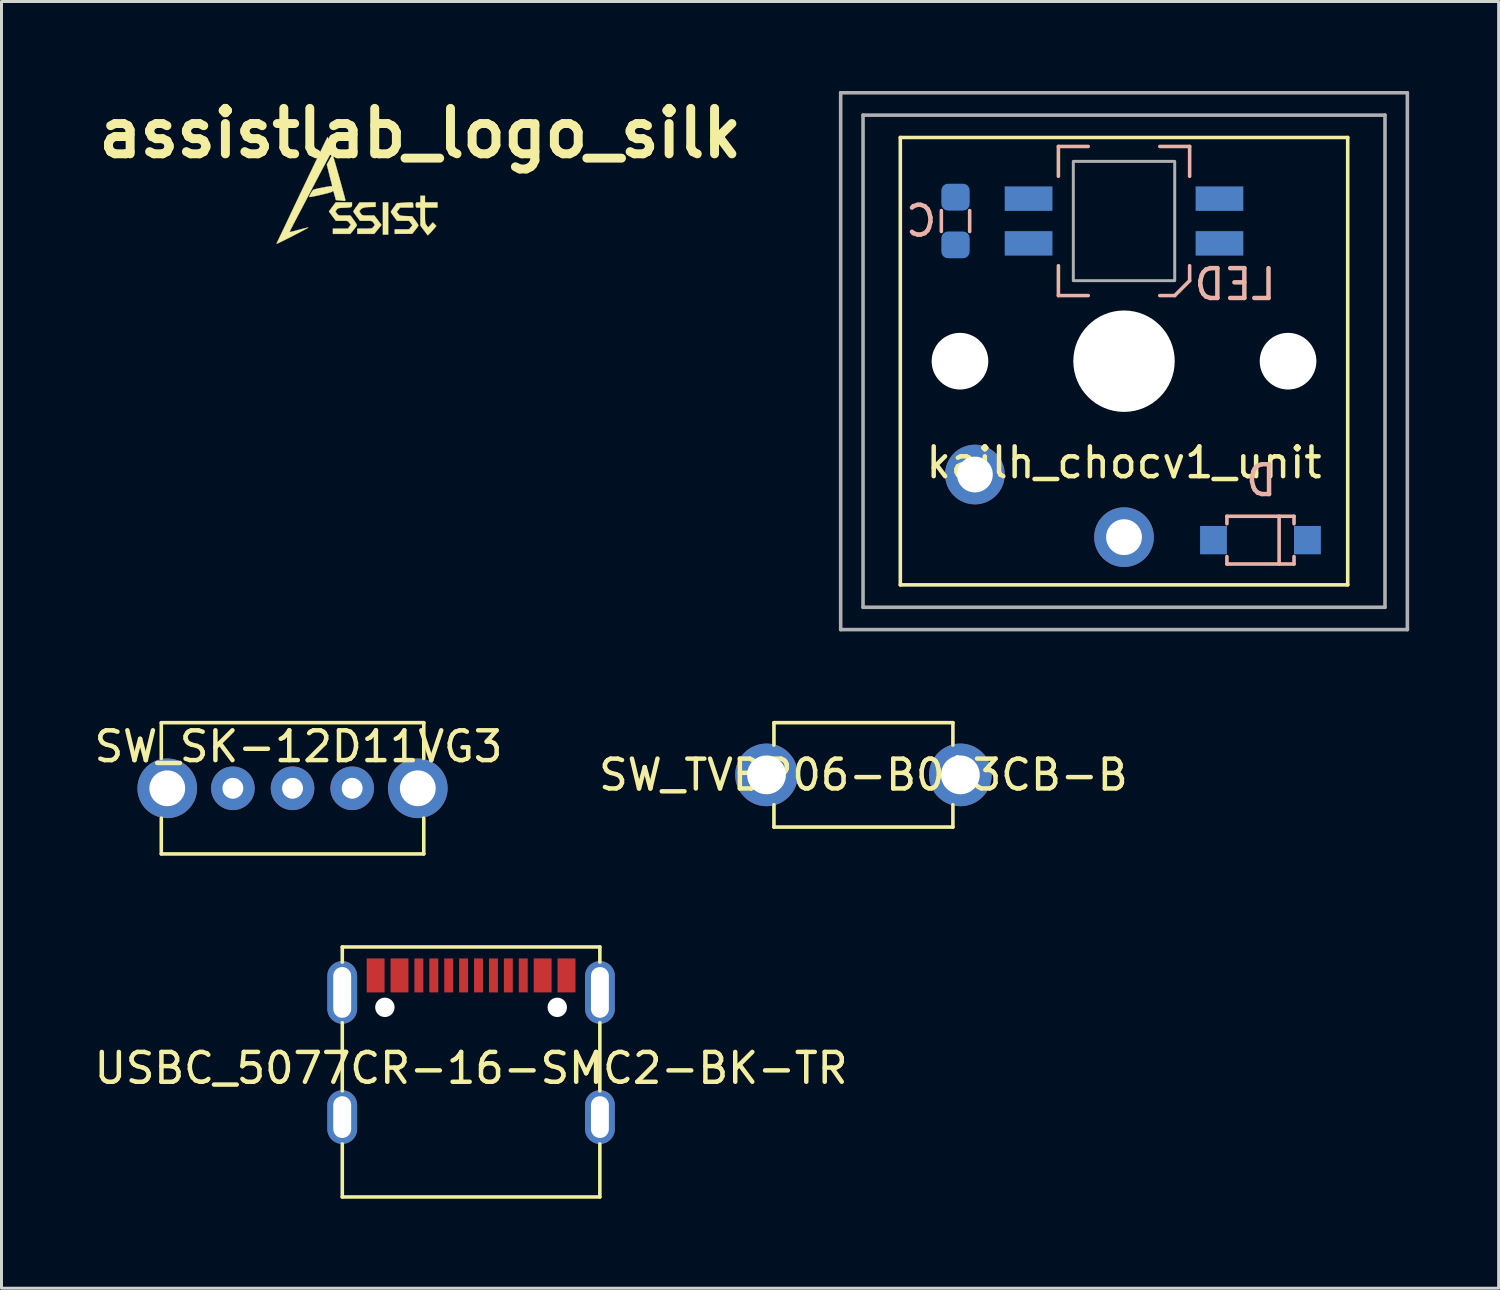
<source format=kicad_pcb>
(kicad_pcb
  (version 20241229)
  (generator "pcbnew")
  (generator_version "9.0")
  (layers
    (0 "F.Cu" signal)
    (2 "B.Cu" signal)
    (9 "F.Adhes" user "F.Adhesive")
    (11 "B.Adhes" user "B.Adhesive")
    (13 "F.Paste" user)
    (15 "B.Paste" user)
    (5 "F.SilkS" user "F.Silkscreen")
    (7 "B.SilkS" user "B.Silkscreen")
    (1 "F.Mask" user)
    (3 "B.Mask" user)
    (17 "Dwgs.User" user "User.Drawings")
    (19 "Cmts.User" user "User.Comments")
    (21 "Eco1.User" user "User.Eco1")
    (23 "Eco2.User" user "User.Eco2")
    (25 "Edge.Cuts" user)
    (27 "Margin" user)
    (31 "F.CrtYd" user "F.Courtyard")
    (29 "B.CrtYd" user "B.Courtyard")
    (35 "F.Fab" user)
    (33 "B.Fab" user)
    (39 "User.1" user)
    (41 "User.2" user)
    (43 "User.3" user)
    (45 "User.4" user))
  (footprint "assistlab_logo_silk"
    (layer "F.Cu")
    (at 9.788 3.668)
    (property "Reference" "assistlab_logo_silk" (at 1.25 -2.25 0) (layer "F.SilkS") (effects (font (size 1.524 1.524) (thickness 0.3))))
    (attr through_hole)
    (fp_poly (pts (xy 0.176 1.147) (xy 0 1.147) (xy 0 0.066) (xy 0.176 0.066) (xy 0.176 1.147)) (stroke (width 0.01) (type solid)) (fill yes) (layer "F.SilkS"))
    (fp_poly (pts (xy 1.411 0.066) (xy 1.83 0.066) (xy 1.83 0.243) (xy 1.411 0.243) (xy 1.411 0.504) (xy 1.412 0.618) (xy 1.415 0.698) (xy 1.422 0.752) (xy 1.435 0.79) (xy 1.454 0.822) (xy 1.459 0.829) (xy 1.493 0.874) (xy 1.513 0.9) (xy 1.514 0.902) (xy 1.531 0.892) (xy 1.567 0.857) (xy 1.597 0.825) (xy 1.673 0.739) (xy 1.733 0.798) (xy 1.793 0.857) (xy 1.703 0.963) (xy 1.646 1.029) (xy 1.59 1.09) (xy 1.559 1.121) (xy 1.503 1.173) (xy 1.257 0.845) (xy 1.257 0.243) (xy 1.18 0.243) (xy 1.13 0.24) (xy 1.108 0.223) (xy 1.103 0.18) (xy 1.102 0.154) (xy 1.105 0.098) (xy 1.119 0.073) (xy 1.157 0.066) (xy 1.18 0.066) (xy 1.257 0.066) (xy 1.257 -0.154) (xy 1.411 -0.154) (xy 1.411 0.066)) (stroke (width 0.01) (type solid)) (fill yes) (layer "F.SilkS"))
    (fp_poly (pts (xy -1.036 0.143) (xy -1.039 0.183) (xy -1.051 0.21) (xy -1.08 0.228) (xy -1.132 0.238) (xy -1.216 0.244) (xy -1.321 0.248) (xy -1.413 0.252) (xy -1.471 0.259) (xy -1.508 0.271) (xy -1.535 0.293) (xy -1.549 0.312) (xy -1.593 0.371) (xy -1.545 0.439) (xy -1.52 0.471) (xy -1.496 0.491) (xy -1.461 0.502) (xy -1.405 0.506) (xy -1.317 0.507) (xy -1.293 0.507) (xy -1.09 0.507) (xy -0.974 0.662) (xy -0.913 0.75) (xy -0.88 0.812) (xy -0.876 0.845) (xy -0.876 0.846) (xy -0.897 0.876) (xy -0.938 0.93) (xy -0.989 0.996) (xy -0.992 0.999) (xy -1.091 1.124) (xy -1.676 1.124) (xy -1.676 0.948) (xy -1.172 0.948) (xy -1.125 0.883) (xy -1.078 0.817) (xy -1.128 0.75) (xy -1.153 0.719) (xy -1.178 0.699) (xy -1.214 0.689) (xy -1.272 0.684) (xy -1.362 0.684) (xy -1.377 0.684) (xy -1.578 0.684) (xy -1.694 0.528) (xy -1.81 0.372) (xy -1.697 0.219) (xy -1.583 0.066) (xy -1.036 0.066) (xy -1.036 0.143)) (stroke (width 0.01) (type solid)) (fill yes) (layer "F.SilkS"))
    (fp_poly (pts (xy 0.952 0.067) (xy 0.989 0.074) (xy 1.007 0.089) (xy 1.014 0.114) (xy 1.014 0.15) (xy 1.014 0.154) (xy 1.014 0.243) (xy 0.576 0.243) (xy 0.465 0.385) (xy 0.516 0.451) (xy 0.543 0.483) (xy 0.569 0.503) (xy 0.608 0.514) (xy 0.668 0.521) (xy 0.76 0.525) (xy 0.774 0.525) (xy 0.981 0.532) (xy 1.086 0.673) (xy 1.135 0.742) (xy 1.172 0.799) (xy 1.19 0.834) (xy 1.191 0.838) (xy 1.178 0.866) (xy 1.143 0.917) (xy 1.094 0.981) (xy 1.086 0.992) (xy 0.981 1.121) (xy 0.689 1.123) (xy 0.397 1.124) (xy 0.397 0.97) (xy 0.878 0.97) (xy 0.935 0.902) (xy 0.992 0.835) (xy 0.934 0.759) (xy 0.877 0.684) (xy 0.472 0.684) (xy 0.368 0.543) (xy 0.319 0.475) (xy 0.283 0.42) (xy 0.265 0.389) (xy 0.265 0.386) (xy 0.277 0.362) (xy 0.309 0.312) (xy 0.355 0.247) (xy 0.366 0.232) (xy 0.467 0.095) (xy 0.667 0.08) (xy 0.797 0.071) (xy 0.89 0.066) (xy 0.952 0.067)) (stroke (width 0.01) (type solid)) (fill yes) (layer "F.SilkS"))
    (fp_poly (pts (xy -0.243 0.22) (xy -0.358 0.221) (xy -0.502 0.225) (xy -0.608 0.237) (xy -0.683 0.259) (xy -0.733 0.293) (xy -0.746 0.309) (xy -0.791 0.369) (xy -0.743 0.438) (xy -0.719 0.47) (xy -0.694 0.49) (xy -0.66 0.501) (xy -0.604 0.506) (xy -0.517 0.507) (xy -0.491 0.507) (xy -0.288 0.507) (xy -0.168 0.665) (xy -0.049 0.824) (xy -0.17 0.974) (xy -0.292 1.124) (xy -0.86 1.124) (xy -0.86 0.948) (xy -0.612 0.947) (xy -0.504 0.946) (xy -0.431 0.943) (xy -0.384 0.937) (xy -0.354 0.924) (xy -0.332 0.904) (xy -0.315 0.884) (xy -0.267 0.823) (xy -0.315 0.754) (xy -0.34 0.721) (xy -0.364 0.701) (xy -0.398 0.69) (xy -0.454 0.685) (xy -0.54 0.684) (xy -0.567 0.684) (xy -0.77 0.684) (xy -0.881 0.537) (xy -0.932 0.467) (xy -0.971 0.41) (xy -0.991 0.376) (xy -0.992 0.371) (xy -0.98 0.345) (xy -0.947 0.294) (xy -0.901 0.228) (xy -0.887 0.21) (xy -0.783 0.068) (xy -0.513 0.067) (xy -0.243 0.066) (xy -0.243 0.22)) (stroke (width 0.01) (type solid)) (fill yes) (layer "F.SilkS"))
    (fp_poly (pts (xy -1.679 -1.516) (xy -1.661 -1.457) (xy -1.634 -1.366) (xy -1.601 -1.251) (xy -1.563 -1.117) (xy -1.521 -0.969) (xy -1.477 -0.814) (xy -1.434 -0.658) (xy -1.391 -0.505) (xy -1.352 -0.363) (xy -1.317 -0.237) (xy -1.289 -0.132) (xy -1.269 -0.056) (xy -1.258 -0.012) (xy -1.257 -0.006) (xy -1.274 0.018) (xy -1.284 0.018) (xy -1.32 0.014) (xy -1.384 0.008) (xy -1.444 0.002) (xy -1.576 -0.011) (xy -1.623 -0.187) (xy -1.645 -0.262) (xy -1.663 -0.31) (xy -1.675 -0.326) (xy -1.678 -0.321) (xy -1.687 -0.304) (xy -1.711 -0.288) (xy -1.756 -0.27) (xy -1.827 -0.249) (xy -1.929 -0.223) (xy -2.069 -0.189) (xy -2.078 -0.187) (xy -2.202 -0.159) (xy -2.31 -0.137) (xy -2.395 -0.121) (xy -2.45 -0.113) (xy -2.469 -0.115) (xy -2.458 -0.156) (xy -2.429 -0.215) (xy -2.392 -0.279) (xy -2.354 -0.331) (xy -2.324 -0.36) (xy -2.321 -0.361) (xy -2.256 -0.379) (xy -2.177 -0.397) (xy -1.698 -0.397) (xy -1.69 -0.379) (xy -1.683 -0.382) (xy -1.68 -0.408) (xy -1.683 -0.412) (xy -1.696 -0.409) (xy -1.698 -0.397) (xy -2.177 -0.397) (xy -2.168 -0.399) (xy -2.067 -0.42) (xy -1.964 -0.44) (xy -1.868 -0.457) (xy -1.789 -0.469) (xy -1.738 -0.475) (xy -1.724 -0.474) (xy -1.703 -0.475) (xy -1.705 -0.509) (xy -1.706 -0.512) (xy -1.716 -0.551) (xy -1.734 -0.623) (xy -1.759 -0.72) (xy -1.788 -0.833) (xy -1.8 -0.882) (xy -1.88 -1.202) (xy -1.787 -1.374) (xy -1.744 -1.449) (xy -1.711 -1.506) (xy -1.69 -1.536) (xy -1.686 -1.539) (xy -1.679 -1.516)) (stroke (width 0.01) (type solid)) (fill yes) (layer "F.SilkS"))
    (fp_poly (pts (xy -1.843 -2.11) (xy -1.824 -2.061) (xy -1.801 -1.985) (xy -1.776 -1.891) (xy -1.714 -1.643) (xy -1.857 -1.378) (xy -1.907 -1.285) (xy -1.972 -1.162) (xy -2.049 -1.016) (xy -2.133 -0.858) (xy -2.218 -0.695) (xy -2.287 -0.562) (xy -2.383 -0.38) (xy -2.49 -0.175) (xy -2.602 0.039) (xy -2.711 0.248) (xy -2.811 0.438) (xy -2.853 0.517) (xy -2.926 0.657) (xy -2.992 0.784) (xy -3.048 0.893) (xy -3.092 0.978) (xy -3.12 1.036) (xy -3.131 1.059) (xy -3.131 1.059) (xy -3.111 1.059) (xy -3.056 1.048) (xy -2.974 1.028) (xy -2.872 1.001) (xy -2.828 0.989) (xy -2.718 0.959) (xy -2.622 0.935) (xy -2.55 0.918) (xy -2.508 0.912) (xy -2.503 0.912) (xy -2.517 0.923) (xy -2.564 0.95) (xy -2.639 0.991) (xy -2.736 1.042) (xy -2.847 1.101) (xy -2.968 1.163) (xy -3.092 1.227) (xy -3.213 1.288) (xy -3.325 1.344) (xy -3.422 1.392) (xy -3.498 1.428) (xy -3.546 1.45) (xy -3.561 1.455) (xy -3.559 1.438) (xy -3.541 1.394) (xy -3.53 1.372) (xy -3.51 1.332) (xy -3.475 1.257) (xy -3.425 1.154) (xy -3.365 1.028) (xy -3.296 0.884) (xy -3.222 0.728) (xy -3.185 0.65) (xy -3.105 0.48) (xy -3.025 0.311) (xy -2.948 0.15) (xy -2.879 0.004) (xy -2.821 -0.118) (xy -2.777 -0.211) (xy -2.767 -0.232) (xy -2.611 -0.557) (xy -2.474 -0.845) (xy -2.353 -1.097) (xy -2.249 -1.315) (xy -2.159 -1.503) (xy -2.083 -1.66) (xy -2.02 -1.791) (xy -1.969 -1.897) (xy -1.929 -1.979) (xy -1.898 -2.041) (xy -1.876 -2.084) (xy -1.862 -2.11) (xy -1.855 -2.122) (xy -1.855 -2.123) (xy -1.843 -2.11)) (stroke (width 0.01) (type solid)) (fill yes) (layer "F.SilkS")))
  (footprint "SW_TVBP06-B043CB-B"
    (layer "F.Cu")
    (at 25.899 22.93)
    (property "Reference" "SW_TVBP06-B043CB-B" (at 0 0 0) (layer "F.SilkS") (effects (font (size 1 1) (thickness 0.15))))
    (attr through_hole)
    (fp_line (start -3 -1.75) (end 3 -1.75) (stroke (width 0.12) (type solid)) (layer "F.SilkS"))
    (fp_line (start -3 -1) (end -3 -1.75) (stroke (width 0.12) (type solid)) (layer "F.SilkS"))
    (fp_line (start -3 1.75) (end -3 1) (stroke (width 0.12) (type solid)) (layer "F.SilkS"))
    (fp_line (start -3 1.75) (end 3 1.75) (stroke (width 0.12) (type solid)) (layer "F.SilkS"))
    (fp_line (start 3 -1.75) (end 3 -1) (stroke (width 0.12) (type solid)) (layer "F.SilkS"))
    (fp_line (start 3 1) (end 3 1.75) (stroke (width 0.12) (type solid)) (layer "F.SilkS"))
    (pad "1" thru_hole circle (at -3.25 0) (size 2.1 2.1) (drill 1.3) (layers "*.Cu" "*.Mask"))
    (pad "2" thru_hole circle (at 3.25 0) (size 2.1 2.1) (drill 1.3) (layers "*.Cu" "*.Mask")))
  (footprint "kailh_chocv1_unit"
    (layer "F.Cu")
    (at 34.636 9.06)
    (property "Reference" "kailh_chocv1_unit" (at 0 3.4 0) (layer "F.SilkS") (effects (font (size 1 1) (thickness 0.15))))
    (attr through_hole)
    (fp_line (start -7.5 -7.5) (end 7.5 -7.5) (stroke (width 0.12) (type solid)) (layer "F.SilkS"))
    (fp_line (start -7.5 7.5) (end -7.5 -7.5) (stroke (width 0.12) (type solid)) (layer "F.SilkS"))
    (fp_line (start 7.5 -7.5) (end 7.5 7.5) (stroke (width 0.12) (type solid)) (layer "F.SilkS"))
    (fp_line (start 7.5 7.5) (end -7.5 7.5) (stroke (width 0.12) (type solid)) (layer "F.SilkS"))
    (fp_line (start -6.125 -5.05) (end -6.125 -4.35) (stroke (width 0.12) (type solid)) (layer "B.SilkS"))
    (fp_line (start -5.175 -5.05) (end -5.175 -4.35) (stroke (width 0.12) (type solid)) (layer "B.SilkS"))
    (fp_line (start -2.2 -7.2) (end -1.2 -7.2) (stroke (width 0.12) (type solid)) (layer "B.SilkS"))
    (fp_line (start -2.2 -6.2) (end -2.2 -7.2) (stroke (width 0.12) (type solid)) (layer "B.SilkS"))
    (fp_line (start -2.2 -2.2) (end -2.2 -3.2) (stroke (width 0.12) (type solid)) (layer "B.SilkS"))
    (fp_line (start -2.2 -2.2) (end -1.2 -2.2) (stroke (width 0.12) (type solid)) (layer "B.SilkS"))
    (fp_line (start 1.2 -7.2) (end 2.2 -7.2) (stroke (width 0.12) (type solid)) (layer "B.SilkS"))
    (fp_line (start 1.7 -2.2) (end 1.2 -2.2) (stroke (width 0.12) (type solid)) (layer "B.SilkS"))
    (fp_line (start 1.7 -2.2) (end 2.2 -2.7) (stroke (width 0.12) (type solid)) (layer "B.SilkS"))
    (fp_line (start 2.2 -7.2) (end 2.2 -6.2) (stroke (width 0.12) (type solid)) (layer "B.SilkS"))
    (fp_line (start 2.2 -2.7) (end 2.2 -3.2) (stroke (width 0.12) (type solid)) (layer "B.SilkS"))
    (fp_line (start 3.45 5.2) (end 3.45 5.45) (stroke (width 0.12) (type solid)) (layer "B.SilkS"))
    (fp_line (start 3.45 6.8) (end 3.45 6.55) (stroke (width 0.12) (type solid)) (layer "B.SilkS"))
    (fp_line (start 3.45 6.8) (end 5.7 6.8) (stroke (width 0.12) (type solid)) (layer "B.SilkS"))
    (fp_line (start 5.2 5.2) (end 5.2 6.8) (stroke (width 0.12) (type solid)) (layer "B.SilkS"))
    (fp_line (start 5.7 5.2) (end 3.45 5.2) (stroke (width 0.12) (type solid)) (layer "B.SilkS"))
    (fp_line (start 5.7 5.2) (end 5.7 5.45) (stroke (width 0.12) (type solid)) (layer "B.SilkS"))
    (fp_line (start 5.7 6.8) (end 5.7 6.55) (stroke (width 0.12) (type solid)) (layer "B.SilkS"))
    (fp_line (start -9.5 -9) (end 9.5 -9) (stroke (width 0.12) (type solid)) (layer "F.Fab"))
    (fp_line (start -9.5 9) (end -9.5 -9) (stroke (width 0.12) (type solid)) (layer "F.Fab"))
    (fp_line (start -8.75 -8.25) (end 8.75 -8.25) (stroke (width 0.12) (type solid)) (layer "F.Fab"))
    (fp_line (start -8.75 8.25) (end -8.75 -8.25) (stroke (width 0.12) (type solid)) (layer "F.Fab"))
    (fp_line (start 8.75 -8.25) (end 8.75 8.25) (stroke (width 0.12) (type solid)) (layer "F.Fab"))
    (fp_line (start 8.75 8.25) (end -8.75 8.25) (stroke (width 0.12) (type solid)) (layer "F.Fab"))
    (fp_line (start 9.5 -9) (end 9.5 9) (stroke (width 0.12) (type solid)) (layer "F.Fab"))
    (fp_line (start 9.5 9) (end -9.5 9) (stroke (width 0.12) (type solid)) (layer "F.Fab"))
    (fp_poly (pts (xy 1.7 -2.7) (xy -1.7 -2.7) (xy -1.7 -6.7) (xy 1.7 -6.7)) (stroke (width 0.1) (type solid)) (fill no) (layer "F.Fab"))
    (fp_text user "LED" (at 3.725 -2.575 0) (layer "B.SilkS") (effects (font (size 1 1) (thickness 0.15)) (justify mirror)))
    (fp_text user "D" (at 4.6 4 0) (layer "B.SilkS") (effects (font (size 1 1) (thickness 0.15)) (justify mirror)))
    (fp_text user "C" (at -6.8 -4.7 0) (layer "B.SilkS") (effects (font (size 1 1) (thickness 0.15)) (justify mirror)))
    (pad "" np_thru_hole circle (at -5.5 0) (size 1.9 1.9) (drill 1.9) (layers "*.Cu" "*.Mask"))
    (pad "" np_thru_hole circle (at 0 0) (size 3.4 3.4) (drill 3.4) (layers "*.Cu" "*.Mask"))
    (pad "" np_thru_hole circle (at 5.5 0) (size 1.9 1.9) (drill 1.9) (layers "*.Cu" "*.Mask"))
    (pad "1" smd roundrect (at -5.65 -5.5 270) (size 0.9 0.95) (layers "B.Cu" "B.Mask" "B.Paste") (roundrect_rratio 0.25))
    (pad "1" smd rect (at -4 -5.04) (size 1.6 0.82) (drill oval (offset 0.8 -0.41)) (layers "B.Cu" "B.Mask" "B.Paste"))
    (pad "2" smd rect (at -4 -3.54) (size 1.6 0.82) (drill oval (offset 0.8 -0.41)) (layers "B.Cu" "B.Mask" "B.Paste"))
    (pad "3" smd roundrect (at -5.65 -3.9 270) (size 0.9 0.95) (layers "B.Cu" "B.Mask" "B.Paste") (roundrect_rratio 0.25))
    (pad "3" smd rect (at 2.4 -3.54) (size 1.6 0.82) (drill oval (offset 0.8 -0.41)) (layers "B.Cu" "B.Mask" "B.Paste"))
    (pad "4" smd rect (at 2.4 -5.04) (size 1.6 0.82) (drill oval (offset 0.8 -0.41)) (layers "B.Cu" "B.Mask" "B.Paste"))
    (pad "5" thru_hole circle (at -5 3.8) (size 2 2) (drill 1.2) (layers "*.Cu" "*.Mask"))
    (pad "6" smd rect (at 6.15 6) (size 0.9 0.95) (layers "B.Cu" "B.Mask" "B.Paste"))
    (pad "D" thru_hole circle (at 0 5.9) (size 2 2) (drill 1.2) (layers "*.Cu" "*.Mask"))
    (pad "D" smd rect (at 3 6) (size 0.9 0.95) (layers "B.Cu" "B.Mask" "B.Paste")))
  (footprint "USBC_5077CR-16-SMC2-BK-TR"
    (layer "F.Cu")
    (at 12.744 30.224)
    (property "Reference" "USBC_5077CR-16-SMC2-BK-TR" (at 0 2.54 0) (layer "F.SilkS") (effects (font (size 1 1) (thickness 0.15))))
    (attr through_hole)
    (fp_line (start -4.318 -1.524) (end 4.318 -1.524) (stroke (width 0.12) (type solid)) (layer "F.SilkS"))
    (fp_line (start -4.318 -1.016) (end -4.318 -1.524) (stroke (width 0.12) (type solid)) (layer "F.SilkS"))
    (fp_line (start -4.318 1.016) (end -4.318 3.302) (stroke (width 0.12) (type solid)) (layer "F.SilkS"))
    (fp_line (start -4.318 5.08) (end -4.318 6.858) (stroke (width 0.12) (type solid)) (layer "F.SilkS"))
    (fp_line (start -4.318 6.858) (end 4.318 6.858) (stroke (width 0.12) (type solid)) (layer "F.SilkS"))
    (fp_line (start 4.318 -1.524) (end 4.318 -1.016) (stroke (width 0.12) (type solid)) (layer "F.SilkS"))
    (fp_line (start 4.318 1.016) (end 4.318 3.302) (stroke (width 0.12) (type solid)) (layer "F.SilkS"))
    (fp_line (start 4.318 5.08) (end 4.318 6.858) (stroke (width 0.12) (type solid)) (layer "F.SilkS"))
    (pad "" np_thru_hole circle (at -2.89 0.5) (size 0.65 0.65) (drill 0.65) (layers "*.Cu" "*.Mask"))
    (pad "" np_thru_hole circle (at 2.89 0.5) (size 0.65 0.65) (drill 0.65) (layers "*.Cu" "*.Mask"))
    (pad "A1" smd rect (at -3.2 -0.57) (size 0.6 1.14) (layers "F.Cu" "F.Mask" "F.Paste"))
    (pad "A1" smd rect (at 3.2 -0.57) (size 0.6 1.14) (layers "F.Cu" "F.Mask" "F.Paste"))
    (pad "A4" smd rect (at -2.4 -0.57) (size 0.6 1.14) (layers "F.Cu" "F.Mask" "F.Paste"))
    (pad "A4" smd rect (at 2.4 -0.57) (size 0.6 1.14) (layers "F.Cu" "F.Mask" "F.Paste"))
    (pad "A5" smd rect (at -1.25 -0.57) (size 0.3 1.14) (layers "F.Cu" "F.Mask" "F.Paste"))
    (pad "A6" smd rect (at -0.25 -0.57) (size 0.3 1.14) (layers "F.Cu" "F.Mask" "F.Paste"))
    (pad "A7" smd rect (at 0.25 -0.57) (size 0.3 1.14) (layers "F.Cu" "F.Mask" "F.Paste"))
    (pad "A8" smd rect (at 1.25 -0.57) (size 0.3 1.14) (layers "F.Cu" "F.Mask" "F.Paste"))
    (pad "B5" smd rect (at 1.75 -0.57) (size 0.3 1.14) (layers "F.Cu" "F.Mask" "F.Paste"))
    (pad "B6" smd rect (at 0.75 -0.57) (size 0.3 1.14) (layers "F.Cu" "F.Mask" "F.Paste"))
    (pad "B7" smd rect (at -0.75 -0.57) (size 0.3 1.14) (layers "F.Cu" "F.Mask" "F.Paste"))
    (pad "B8" smd rect (at -1.75 -0.57) (size 0.3 1.14) (layers "F.Cu" "F.Mask" "F.Paste"))
    (pad "S1" thru_hole oval (at -4.32 0) (size 1 2.1) (drill oval 0.6 1.7) (layers "*.Cu" "*.Mask"))
    (pad "S1" thru_hole oval (at -4.32 4.18) (size 1 1.8) (drill oval 0.6 1.4) (layers "*.Cu" "*.Mask"))
    (pad "S1" thru_hole oval (at 4.32 0) (size 1 2.1) (drill oval 0.6 1.7) (layers "*.Cu" "*.Mask"))
    (pad "S1" thru_hole oval (at 4.32 4.18) (size 1 1.8) (drill oval 0.6 1.4) (layers "*.Cu" "*.Mask")))
  (footprint "SW_SK-12D11VG3"
    (layer "F.Cu")
    (at 6.758 23.38)
    (property "Reference" "SW_SK-12D11VG3" (at 0.2 -1.4 0) (layer "F.SilkS") (effects (font (size 1 1) (thickness 0.15))))
    (attr through_hole)
    (fp_line (start -4.4 -2.2) (end 4.4 -2.2) (stroke (width 0.12) (type solid)) (layer "F.SilkS"))
    (fp_line (start -4.4 -1) (end -4.4 -2.2) (stroke (width 0.12) (type solid)) (layer "F.SilkS"))
    (fp_line (start -4.4 1) (end -4.4 2.2) (stroke (width 0.12) (type solid)) (layer "F.SilkS"))
    (fp_line (start -4.4 2.2) (end 4.4 2.2) (stroke (width 0.12) (type solid)) (layer "F.SilkS"))
    (fp_line (start 4.4 -2.2) (end 4.4 -1) (stroke (width 0.12) (type solid)) (layer "F.SilkS"))
    (fp_line (start 4.4 2.2) (end 4.4 1) (stroke (width 0.12) (type solid)) (layer "F.SilkS"))
    (pad "1" thru_hole circle (at -2 0) (size 1.462 1.462) (drill 0.7) (layers "*.Cu" "*.Mask"))
    (pad "2" thru_hole circle (at 0 0) (size 1.462 1.462) (drill 0.7) (layers "*.Cu" "*.Mask"))
    (pad "3" thru_hole circle (at 2 0) (size 1.462 1.462) (drill 0.7) (layers "*.Cu" "*.Mask"))
    (pad "GND" thru_hole circle (at -4.2 0) (size 2 2) (drill 1.2) (layers "*.Cu" "*.Mask"))
    (pad "GND" thru_hole circle (at 4.2 0) (size 2 2) (drill 1.2) (layers "*.Cu" "*.Mask")))
  (gr_rect
    (start -3 -3)
    (end 47.196 40.142)
    (stroke (width 0.1) (type default))
    (fill no)
    (layer "Edge.Cuts")))
</source>
